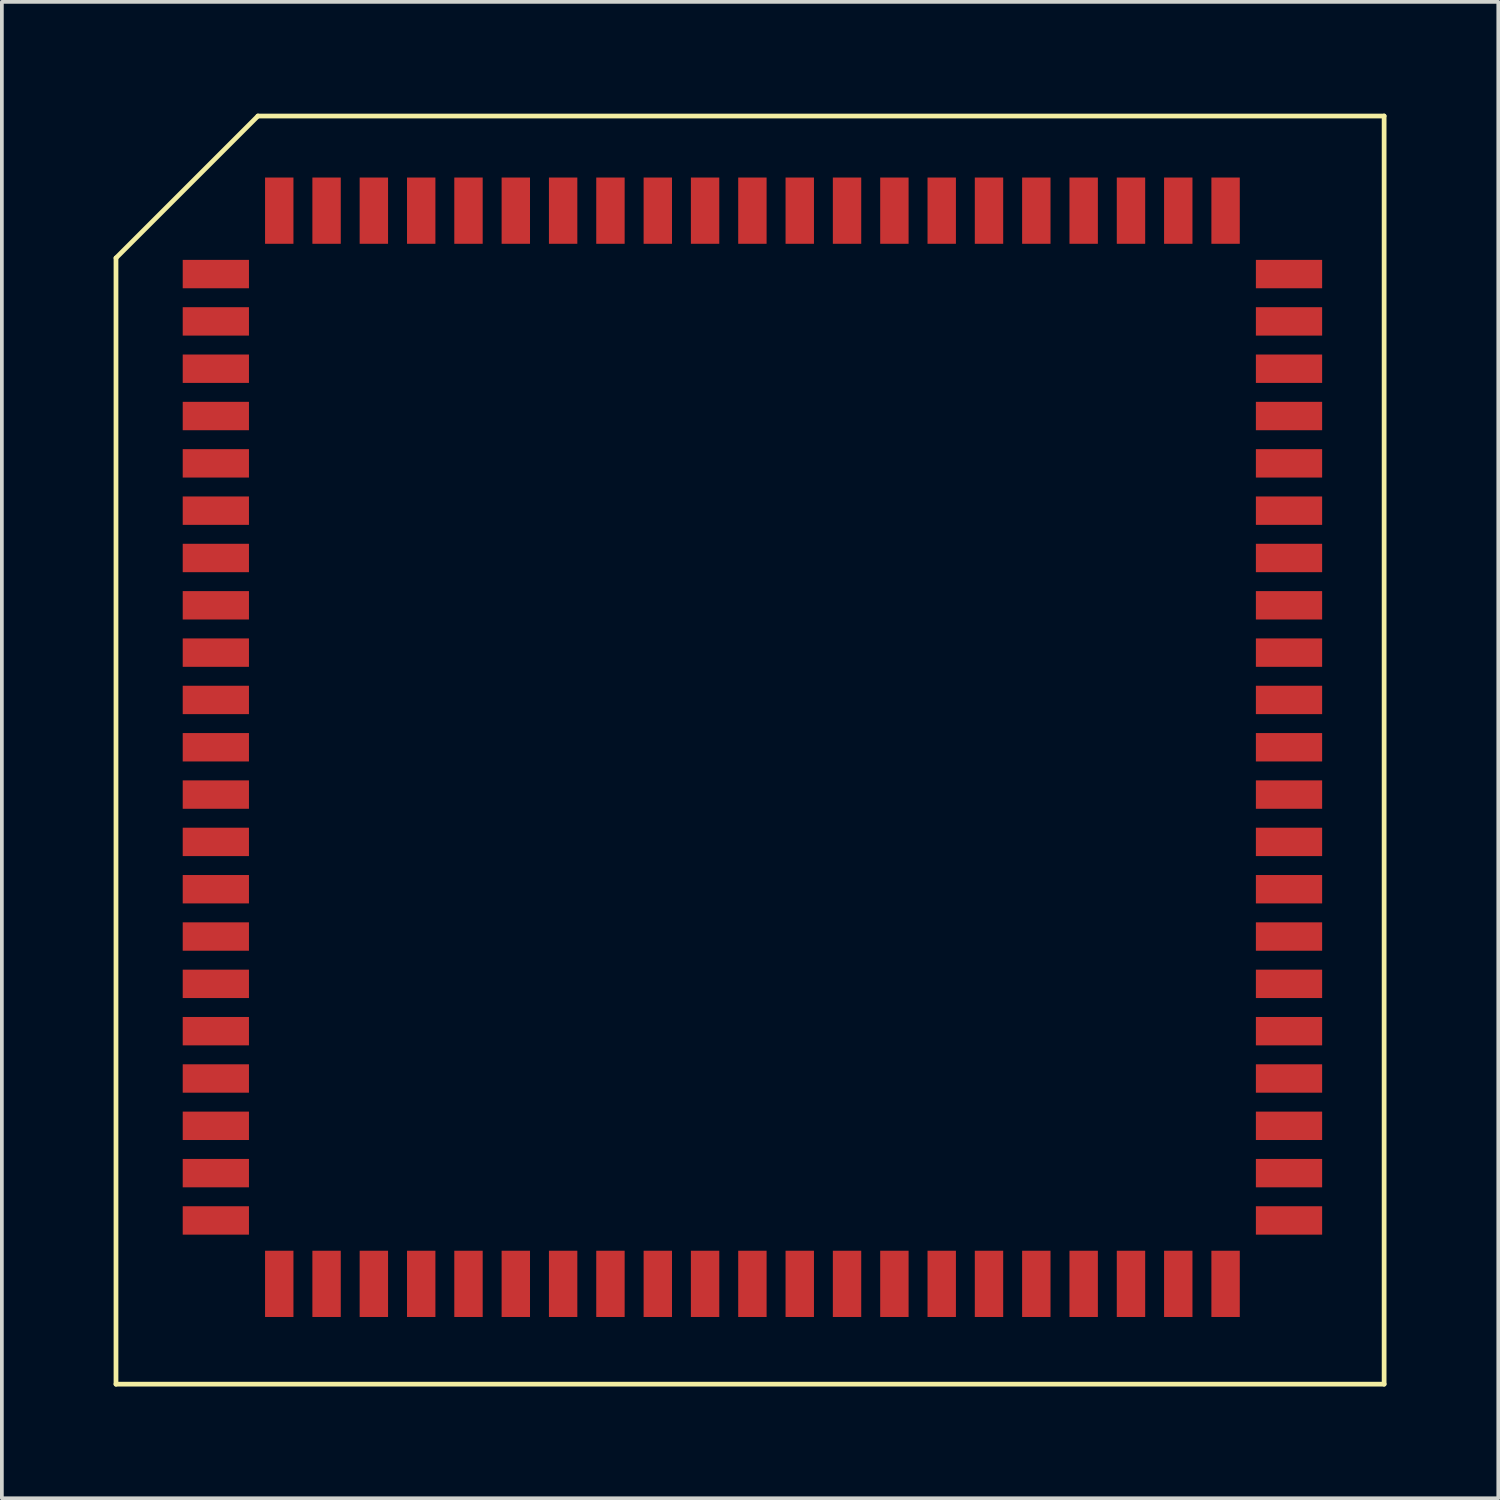
<source format=kicad_pcb>
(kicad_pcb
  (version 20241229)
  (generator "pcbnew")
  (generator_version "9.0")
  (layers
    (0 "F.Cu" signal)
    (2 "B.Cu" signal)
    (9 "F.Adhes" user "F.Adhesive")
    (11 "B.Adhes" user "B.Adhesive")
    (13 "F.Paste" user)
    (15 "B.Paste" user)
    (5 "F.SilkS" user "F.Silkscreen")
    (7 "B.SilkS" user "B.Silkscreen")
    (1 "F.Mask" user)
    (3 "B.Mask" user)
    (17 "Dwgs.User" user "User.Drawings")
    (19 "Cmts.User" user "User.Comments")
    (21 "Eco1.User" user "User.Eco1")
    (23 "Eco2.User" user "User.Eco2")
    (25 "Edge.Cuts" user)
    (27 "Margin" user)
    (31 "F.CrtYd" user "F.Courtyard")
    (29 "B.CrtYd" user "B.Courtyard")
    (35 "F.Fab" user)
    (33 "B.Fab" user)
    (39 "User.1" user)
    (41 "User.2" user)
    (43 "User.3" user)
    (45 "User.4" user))
  (footprint "tt"
    (layer "F.Cu")
    (at 14.287 10.986)
    (property "Reference" "tt" (at 0 0 0) (layer "Cmts.User") (effects (font (size 0.001 0.001) (thickness 0.000001))))
    (attr through_hole)
    (fp_line (start -14.224 -7.112) (end -10.414 -10.922) (stroke (width 0.127) (type solid)) (layer "F.SilkS"))
    (fp_line (start -14.224 23.114) (end -14.224 -7.112) (stroke (width 0.127) (type solid)) (layer "F.SilkS"))
    (fp_line (start -10.414 -10.922) (end 19.812 -10.922) (stroke (width 0.127) (type solid)) (layer "F.SilkS"))
    (fp_line (start 19.812 -10.922) (end 19.812 23.114) (stroke (width 0.127) (type solid)) (layer "F.SilkS"))
    (fp_line (start 19.812 23.114) (end -14.224 23.114) (stroke (width 0.127) (type solid)) (layer "F.SilkS"))
    (fp_line (start -10.097 -9.144) (end -10.097 -7.62) (stroke (width 0.127) (type solid)) (layer "F.Paste"))
    (fp_line (start -10.097 -7.62) (end -9.588 -7.62) (stroke (width 0.127) (type solid)) (layer "F.Paste"))
    (fp_line (start -10.097 19.66) (end -10.097 21.184) (stroke (width 0.127) (type solid)) (layer "F.Paste"))
    (fp_line (start -10.097 21.184) (end -9.588 21.184) (stroke (width 0.127) (type solid)) (layer "F.Paste"))
    (fp_line (start -9.588 -9.144) (end -10.097 -9.144) (stroke (width 0.127) (type solid)) (layer "F.Paste"))
    (fp_line (start -9.588 -7.62) (end -9.588 -9.144) (stroke (width 0.127) (type solid)) (layer "F.Paste"))
    (fp_line (start -9.588 19.66) (end -10.097 19.66) (stroke (width 0.127) (type solid)) (layer "F.Paste"))
    (fp_line (start -9.588 21.184) (end -9.588 19.66) (stroke (width 0.127) (type solid)) (layer "F.Paste"))
    (fp_line (start -8.826 -9.144) (end -8.826 -7.62) (stroke (width 0.127) (type solid)) (layer "F.Paste"))
    (fp_line (start -8.826 -7.62) (end -8.319 -7.62) (stroke (width 0.127) (type solid)) (layer "F.Paste"))
    (fp_line (start -8.826 19.66) (end -8.826 21.184) (stroke (width 0.127) (type solid)) (layer "F.Paste"))
    (fp_line (start -8.826 21.184) (end -8.319 21.184) (stroke (width 0.127) (type solid)) (layer "F.Paste"))
    (fp_line (start -8.319 -9.144) (end -8.826 -9.144) (stroke (width 0.127) (type solid)) (layer "F.Paste"))
    (fp_line (start -8.319 -7.62) (end -8.319 -9.144) (stroke (width 0.127) (type solid)) (layer "F.Paste"))
    (fp_line (start -8.319 19.66) (end -8.826 19.66) (stroke (width 0.127) (type solid)) (layer "F.Paste"))
    (fp_line (start -8.319 21.184) (end -8.319 19.66) (stroke (width 0.127) (type solid)) (layer "F.Paste"))
    (fp_line (start -7.556 -9.144) (end -7.556 -7.62) (stroke (width 0.127) (type solid)) (layer "F.Paste"))
    (fp_line (start -7.556 -7.62) (end -7.048 -7.62) (stroke (width 0.127) (type solid)) (layer "F.Paste"))
    (fp_line (start -7.556 19.66) (end -7.556 21.184) (stroke (width 0.127) (type solid)) (layer "F.Paste"))
    (fp_line (start -7.556 21.184) (end -7.048 21.184) (stroke (width 0.127) (type solid)) (layer "F.Paste"))
    (fp_line (start -7.048 -9.144) (end -7.556 -9.144) (stroke (width 0.127) (type solid)) (layer "F.Paste"))
    (fp_line (start -7.048 -7.62) (end -7.048 -9.144) (stroke (width 0.127) (type solid)) (layer "F.Paste"))
    (fp_line (start -7.048 19.66) (end -7.556 19.66) (stroke (width 0.127) (type solid)) (layer "F.Paste"))
    (fp_line (start -7.048 21.184) (end -7.048 19.66) (stroke (width 0.127) (type solid)) (layer "F.Paste"))
    (fp_line (start -6.287 -9.144) (end -6.287 -7.62) (stroke (width 0.127) (type solid)) (layer "F.Paste"))
    (fp_line (start -6.287 -7.62) (end -5.779 -7.62) (stroke (width 0.127) (type solid)) (layer "F.Paste"))
    (fp_line (start -6.287 19.66) (end -6.287 21.184) (stroke (width 0.127) (type solid)) (layer "F.Paste"))
    (fp_line (start -6.287 21.184) (end -5.779 21.184) (stroke (width 0.127) (type solid)) (layer "F.Paste"))
    (fp_line (start -5.779 -9.144) (end -6.287 -9.144) (stroke (width 0.127) (type solid)) (layer "F.Paste"))
    (fp_line (start -5.779 -7.62) (end -5.779 -9.144) (stroke (width 0.127) (type solid)) (layer "F.Paste"))
    (fp_line (start -5.779 19.66) (end -6.287 19.66) (stroke (width 0.127) (type solid)) (layer "F.Paste"))
    (fp_line (start -5.779 21.184) (end -5.779 19.66) (stroke (width 0.127) (type solid)) (layer "F.Paste"))
    (fp_line (start -5.016 -9.144) (end -5.016 -7.62) (stroke (width 0.127) (type solid)) (layer "F.Paste"))
    (fp_line (start -5.016 -7.62) (end -4.508 -7.62) (stroke (width 0.127) (type solid)) (layer "F.Paste"))
    (fp_line (start -5.016 19.66) (end -5.016 21.184) (stroke (width 0.127) (type solid)) (layer "F.Paste"))
    (fp_line (start -5.016 21.184) (end -4.508 21.184) (stroke (width 0.127) (type solid)) (layer "F.Paste"))
    (fp_line (start -4.508 -9.144) (end -5.016 -9.144) (stroke (width 0.127) (type solid)) (layer "F.Paste"))
    (fp_line (start -4.508 -7.62) (end -4.508 -9.144) (stroke (width 0.127) (type solid)) (layer "F.Paste"))
    (fp_line (start -4.508 19.66) (end -5.016 19.66) (stroke (width 0.127) (type solid)) (layer "F.Paste"))
    (fp_line (start -4.508 21.184) (end -4.508 19.66) (stroke (width 0.127) (type solid)) (layer "F.Paste"))
    (fp_line (start -3.747 -9.144) (end -3.747 -7.62) (stroke (width 0.127) (type solid)) (layer "F.Paste"))
    (fp_line (start -3.747 -7.62) (end -3.239 -7.62) (stroke (width 0.127) (type solid)) (layer "F.Paste"))
    (fp_line (start -3.747 19.66) (end -3.747 21.184) (stroke (width 0.127) (type solid)) (layer "F.Paste"))
    (fp_line (start -3.747 21.184) (end -3.239 21.184) (stroke (width 0.127) (type solid)) (layer "F.Paste"))
    (fp_line (start -3.239 -9.144) (end -3.747 -9.144) (stroke (width 0.127) (type solid)) (layer "F.Paste"))
    (fp_line (start -3.239 -7.62) (end -3.239 -9.144) (stroke (width 0.127) (type solid)) (layer "F.Paste"))
    (fp_line (start -3.239 19.66) (end -3.747 19.66) (stroke (width 0.127) (type solid)) (layer "F.Paste"))
    (fp_line (start -3.239 21.184) (end -3.239 19.66) (stroke (width 0.127) (type solid)) (layer "F.Paste"))
    (fp_line (start -2.477 -9.144) (end -2.477 -7.62) (stroke (width 0.127) (type solid)) (layer "F.Paste"))
    (fp_line (start -2.477 -7.62) (end -1.968 -7.62) (stroke (width 0.127) (type solid)) (layer "F.Paste"))
    (fp_line (start -2.477 19.66) (end -2.477 21.184) (stroke (width 0.127) (type solid)) (layer "F.Paste"))
    (fp_line (start -2.477 21.184) (end -1.968 21.184) (stroke (width 0.127) (type solid)) (layer "F.Paste"))
    (fp_line (start -1.968 -9.144) (end -2.477 -9.144) (stroke (width 0.127) (type solid)) (layer "F.Paste"))
    (fp_line (start -1.968 -7.62) (end -1.968 -9.144) (stroke (width 0.127) (type solid)) (layer "F.Paste"))
    (fp_line (start -1.968 19.66) (end -2.477 19.66) (stroke (width 0.127) (type solid)) (layer "F.Paste"))
    (fp_line (start -1.968 21.184) (end -1.968 19.66) (stroke (width 0.127) (type solid)) (layer "F.Paste"))
    (fp_line (start -1.206 -9.144) (end -1.206 -7.62) (stroke (width 0.127) (type solid)) (layer "F.Paste"))
    (fp_line (start -1.206 -7.62) (end -0.699 -7.62) (stroke (width 0.127) (type solid)) (layer "F.Paste"))
    (fp_line (start -1.206 19.66) (end -1.206 21.184) (stroke (width 0.127) (type solid)) (layer "F.Paste"))
    (fp_line (start -1.206 21.184) (end -0.699 21.184) (stroke (width 0.127) (type solid)) (layer "F.Paste"))
    (fp_line (start -0.699 -9.144) (end -1.206 -9.144) (stroke (width 0.127) (type solid)) (layer "F.Paste"))
    (fp_line (start -0.699 -7.62) (end -0.699 -9.144) (stroke (width 0.127) (type solid)) (layer "F.Paste"))
    (fp_line (start -0.699 19.66) (end -1.206 19.66) (stroke (width 0.127) (type solid)) (layer "F.Paste"))
    (fp_line (start -0.699 21.184) (end -0.699 19.66) (stroke (width 0.127) (type solid)) (layer "F.Paste"))
    (fp_line (start 0.064 -9.144) (end 0.064 -7.62) (stroke (width 0.127) (type solid)) (layer "F.Paste"))
    (fp_line (start 0.064 -7.62) (end 0.572 -7.62) (stroke (width 0.127) (type solid)) (layer "F.Paste"))
    (fp_line (start 0.064 19.66) (end 0.064 21.184) (stroke (width 0.127) (type solid)) (layer "F.Paste"))
    (fp_line (start 0.064 21.184) (end 0.572 21.184) (stroke (width 0.127) (type solid)) (layer "F.Paste"))
    (fp_line (start 0.572 -9.144) (end 0.064 -9.144) (stroke (width 0.127) (type solid)) (layer "F.Paste"))
    (fp_line (start 0.572 -7.62) (end 0.572 -9.144) (stroke (width 0.127) (type solid)) (layer "F.Paste"))
    (fp_line (start 0.572 19.66) (end 0.064 19.66) (stroke (width 0.127) (type solid)) (layer "F.Paste"))
    (fp_line (start 0.572 21.184) (end 0.572 19.66) (stroke (width 0.127) (type solid)) (layer "F.Paste"))
    (fp_line (start 1.333 -9.144) (end 1.333 -7.62) (stroke (width 0.127) (type solid)) (layer "F.Paste"))
    (fp_line (start 1.333 -7.62) (end 1.841 -7.62) (stroke (width 0.127) (type solid)) (layer "F.Paste"))
    (fp_line (start 1.333 19.66) (end 1.333 21.184) (stroke (width 0.127) (type solid)) (layer "F.Paste"))
    (fp_line (start 1.333 21.184) (end 1.841 21.184) (stroke (width 0.127) (type solid)) (layer "F.Paste"))
    (fp_line (start 1.841 -9.144) (end 1.333 -9.144) (stroke (width 0.127) (type solid)) (layer "F.Paste"))
    (fp_line (start 1.841 -7.62) (end 1.841 -9.144) (stroke (width 0.127) (type solid)) (layer "F.Paste"))
    (fp_line (start 1.841 19.66) (end 1.333 19.66) (stroke (width 0.127) (type solid)) (layer "F.Paste"))
    (fp_line (start 1.841 21.184) (end 1.841 19.66) (stroke (width 0.127) (type solid)) (layer "F.Paste"))
    (fp_line (start 2.603 -9.144) (end 2.603 -7.62) (stroke (width 0.127) (type solid)) (layer "F.Paste"))
    (fp_line (start 2.603 -7.62) (end 3.111 -7.62) (stroke (width 0.127) (type solid)) (layer "F.Paste"))
    (fp_line (start 2.603 19.66) (end 2.603 21.184) (stroke (width 0.127) (type solid)) (layer "F.Paste"))
    (fp_line (start 2.603 21.184) (end 3.111 21.184) (stroke (width 0.127) (type solid)) (layer "F.Paste"))
    (fp_line (start 3.111 -9.144) (end 2.603 -9.144) (stroke (width 0.127) (type solid)) (layer "F.Paste"))
    (fp_line (start 3.111 -7.62) (end 3.111 -9.144) (stroke (width 0.127) (type solid)) (layer "F.Paste"))
    (fp_line (start 3.111 19.66) (end 2.603 19.66) (stroke (width 0.127) (type solid)) (layer "F.Paste"))
    (fp_line (start 3.111 21.184) (end 3.111 19.66) (stroke (width 0.127) (type solid)) (layer "F.Paste"))
    (fp_line (start 3.873 -9.144) (end 3.873 -7.62) (stroke (width 0.127) (type solid)) (layer "F.Paste"))
    (fp_line (start 3.873 -7.62) (end 4.381 -7.62) (stroke (width 0.127) (type solid)) (layer "F.Paste"))
    (fp_line (start 3.873 19.66) (end 3.873 21.184) (stroke (width 0.127) (type solid)) (layer "F.Paste"))
    (fp_line (start 3.873 21.184) (end 4.381 21.184) (stroke (width 0.127) (type solid)) (layer "F.Paste"))
    (fp_line (start 4.381 -9.144) (end 3.873 -9.144) (stroke (width 0.127) (type solid)) (layer "F.Paste"))
    (fp_line (start 4.381 -7.62) (end 4.381 -9.144) (stroke (width 0.127) (type solid)) (layer "F.Paste"))
    (fp_line (start 4.381 19.66) (end 3.873 19.66) (stroke (width 0.127) (type solid)) (layer "F.Paste"))
    (fp_line (start 4.381 21.184) (end 4.381 19.66) (stroke (width 0.127) (type solid)) (layer "F.Paste"))
    (fp_line (start 5.144 -9.144) (end 5.144 -7.62) (stroke (width 0.127) (type solid)) (layer "F.Paste"))
    (fp_line (start 5.144 -7.62) (end 5.652 -7.62) (stroke (width 0.127) (type solid)) (layer "F.Paste"))
    (fp_line (start 5.144 19.66) (end 5.144 21.184) (stroke (width 0.127) (type solid)) (layer "F.Paste"))
    (fp_line (start 5.144 21.184) (end 5.652 21.184) (stroke (width 0.127) (type solid)) (layer "F.Paste"))
    (fp_line (start 5.652 -9.144) (end 5.144 -9.144) (stroke (width 0.127) (type solid)) (layer "F.Paste"))
    (fp_line (start 5.652 -7.62) (end 5.652 -9.144) (stroke (width 0.127) (type solid)) (layer "F.Paste"))
    (fp_line (start 5.652 19.66) (end 5.144 19.66) (stroke (width 0.127) (type solid)) (layer "F.Paste"))
    (fp_line (start 5.652 21.184) (end 5.652 19.66) (stroke (width 0.127) (type solid)) (layer "F.Paste"))
    (fp_line (start 6.413 -9.144) (end 6.413 -7.62) (stroke (width 0.127) (type solid)) (layer "F.Paste"))
    (fp_line (start 6.413 -7.62) (end 6.921 -7.62) (stroke (width 0.127) (type solid)) (layer "F.Paste"))
    (fp_line (start 6.413 19.66) (end 6.413 21.184) (stroke (width 0.127) (type solid)) (layer "F.Paste"))
    (fp_line (start 6.413 21.184) (end 6.921 21.184) (stroke (width 0.127) (type solid)) (layer "F.Paste"))
    (fp_line (start 6.921 -9.144) (end 6.413 -9.144) (stroke (width 0.127) (type solid)) (layer "F.Paste"))
    (fp_line (start 6.921 -7.62) (end 6.921 -9.144) (stroke (width 0.127) (type solid)) (layer "F.Paste"))
    (fp_line (start 6.921 19.66) (end 6.413 19.66) (stroke (width 0.127) (type solid)) (layer "F.Paste"))
    (fp_line (start 6.921 21.184) (end 6.921 19.66) (stroke (width 0.127) (type solid)) (layer "F.Paste"))
    (fp_line (start 7.684 -9.144) (end 7.684 -7.62) (stroke (width 0.127) (type solid)) (layer "F.Paste"))
    (fp_line (start 7.684 -7.62) (end 8.191 -7.62) (stroke (width 0.127) (type solid)) (layer "F.Paste"))
    (fp_line (start 7.684 19.66) (end 7.684 21.184) (stroke (width 0.127) (type solid)) (layer "F.Paste"))
    (fp_line (start 7.684 21.184) (end 8.191 21.184) (stroke (width 0.127) (type solid)) (layer "F.Paste"))
    (fp_line (start 8.191 -9.144) (end 7.684 -9.144) (stroke (width 0.127) (type solid)) (layer "F.Paste"))
    (fp_line (start 8.191 -7.62) (end 8.191 -9.144) (stroke (width 0.127) (type solid)) (layer "F.Paste"))
    (fp_line (start 8.191 19.66) (end 7.684 19.66) (stroke (width 0.127) (type solid)) (layer "F.Paste"))
    (fp_line (start 8.191 21.184) (end 8.191 19.66) (stroke (width 0.127) (type solid)) (layer "F.Paste"))
    (fp_line (start 8.954 -9.144) (end 8.954 -7.62) (stroke (width 0.127) (type solid)) (layer "F.Paste"))
    (fp_line (start 8.954 -7.62) (end 9.459 -7.62) (stroke (width 0.127) (type solid)) (layer "F.Paste"))
    (fp_line (start 8.954 19.66) (end 8.954 21.184) (stroke (width 0.127) (type solid)) (layer "F.Paste"))
    (fp_line (start 8.954 21.184) (end 9.459 21.184) (stroke (width 0.127) (type solid)) (layer "F.Paste"))
    (fp_line (start 9.459 -9.144) (end 8.954 -9.144) (stroke (width 0.127) (type solid)) (layer "F.Paste"))
    (fp_line (start 9.459 -7.62) (end 9.459 -9.144) (stroke (width 0.127) (type solid)) (layer "F.Paste"))
    (fp_line (start 9.459 19.66) (end 8.954 19.66) (stroke (width 0.127) (type solid)) (layer "F.Paste"))
    (fp_line (start 9.459 21.184) (end 9.459 19.66) (stroke (width 0.127) (type solid)) (layer "F.Paste"))
    (fp_line (start 10.223 -9.144) (end 10.223 -7.62) (stroke (width 0.127) (type solid)) (layer "F.Paste"))
    (fp_line (start 10.223 -7.62) (end 10.732 -7.62) (stroke (width 0.127) (type solid)) (layer "F.Paste"))
    (fp_line (start 10.223 19.66) (end 10.223 21.184) (stroke (width 0.127) (type solid)) (layer "F.Paste"))
    (fp_line (start 10.223 21.184) (end 10.732 21.184) (stroke (width 0.127) (type solid)) (layer "F.Paste"))
    (fp_line (start 10.732 -9.144) (end 10.223 -9.144) (stroke (width 0.127) (type solid)) (layer "F.Paste"))
    (fp_line (start 10.732 -7.62) (end 10.732 -9.144) (stroke (width 0.127) (type solid)) (layer "F.Paste"))
    (fp_line (start 10.732 19.66) (end 10.223 19.66) (stroke (width 0.127) (type solid)) (layer "F.Paste"))
    (fp_line (start 10.732 21.184) (end 10.732 19.66) (stroke (width 0.127) (type solid)) (layer "F.Paste"))
    (fp_line (start 11.493 -9.144) (end 11.493 -7.62) (stroke (width 0.127) (type solid)) (layer "F.Paste"))
    (fp_line (start 11.493 -7.62) (end 12.002 -7.62) (stroke (width 0.127) (type solid)) (layer "F.Paste"))
    (fp_line (start 11.493 19.66) (end 11.493 21.184) (stroke (width 0.127) (type solid)) (layer "F.Paste"))
    (fp_line (start 11.493 21.184) (end 12.002 21.184) (stroke (width 0.127) (type solid)) (layer "F.Paste"))
    (fp_line (start 12.002 -9.144) (end 11.493 -9.144) (stroke (width 0.127) (type solid)) (layer "F.Paste"))
    (fp_line (start 12.002 -7.62) (end 12.002 -9.144) (stroke (width 0.127) (type solid)) (layer "F.Paste"))
    (fp_line (start 12.002 19.66) (end 11.493 19.66) (stroke (width 0.127) (type solid)) (layer "F.Paste"))
    (fp_line (start 12.002 21.184) (end 12.002 19.66) (stroke (width 0.127) (type solid)) (layer "F.Paste"))
    (fp_line (start 12.764 -9.144) (end 12.764 -7.62) (stroke (width 0.127) (type solid)) (layer "F.Paste"))
    (fp_line (start 12.764 -7.62) (end 13.271 -7.62) (stroke (width 0.127) (type solid)) (layer "F.Paste"))
    (fp_line (start 12.764 19.66) (end 12.764 21.184) (stroke (width 0.127) (type solid)) (layer "F.Paste"))
    (fp_line (start 12.764 21.184) (end 13.271 21.184) (stroke (width 0.127) (type solid)) (layer "F.Paste"))
    (fp_line (start 13.271 -9.144) (end 12.764 -9.144) (stroke (width 0.127) (type solid)) (layer "F.Paste"))
    (fp_line (start 13.271 -7.62) (end 13.271 -9.144) (stroke (width 0.127) (type solid)) (layer "F.Paste"))
    (fp_line (start 13.271 19.66) (end 12.764 19.66) (stroke (width 0.127) (type solid)) (layer "F.Paste"))
    (fp_line (start 13.271 21.184) (end 13.271 19.66) (stroke (width 0.127) (type solid)) (layer "F.Paste"))
    (fp_line (start 14.034 -9.144) (end 14.034 -7.62) (stroke (width 0.127) (type solid)) (layer "F.Paste"))
    (fp_line (start 14.034 -7.62) (end 14.541 -7.62) (stroke (width 0.127) (type solid)) (layer "F.Paste"))
    (fp_line (start 14.034 19.66) (end 14.034 21.184) (stroke (width 0.127) (type solid)) (layer "F.Paste"))
    (fp_line (start 14.034 21.184) (end 14.541 21.184) (stroke (width 0.127) (type solid)) (layer "F.Paste"))
    (fp_line (start 14.541 -9.144) (end 14.034 -9.144) (stroke (width 0.127) (type solid)) (layer "F.Paste"))
    (fp_line (start 14.541 -7.62) (end 14.541 -9.144) (stroke (width 0.127) (type solid)) (layer "F.Paste"))
    (fp_line (start 14.541 19.66) (end 14.034 19.66) (stroke (width 0.127) (type solid)) (layer "F.Paste"))
    (fp_line (start 14.541 21.184) (end 14.541 19.66) (stroke (width 0.127) (type solid)) (layer "F.Paste"))
    (fp_line (start 15.303 -9.144) (end 15.303 -7.62) (stroke (width 0.127) (type solid)) (layer "F.Paste"))
    (fp_line (start 15.303 -7.62) (end 15.812 -7.62) (stroke (width 0.127) (type solid)) (layer "F.Paste"))
    (fp_line (start 15.303 19.66) (end 15.303 21.184) (stroke (width 0.127) (type solid)) (layer "F.Paste"))
    (fp_line (start 15.303 21.184) (end 15.812 21.184) (stroke (width 0.127) (type solid)) (layer "F.Paste"))
    (fp_line (start 15.812 -9.144) (end 15.303 -9.144) (stroke (width 0.127) (type solid)) (layer "F.Paste"))
    (fp_line (start 15.812 -7.62) (end 15.812 -9.144) (stroke (width 0.127) (type solid)) (layer "F.Paste"))
    (fp_line (start 15.812 19.66) (end 15.303 19.66) (stroke (width 0.127) (type solid)) (layer "F.Paste"))
    (fp_line (start 15.812 21.184) (end 15.812 19.66) (stroke (width 0.127) (type solid)) (layer "F.Paste"))
    (fp_text user ">name" (at 2.54 -5.08 0) (layer "Eco1.User") (effects (font (size 1.27 1.27) (thickness 0.102))))
    (fp_text user ">value" (at 5.08 17.78 0) (layer "Eco1.User") (effects (font (size 1.27 1.27) (thickness 0.102))))
    (pad "P$1" smd rect (at -11.544 6.02 90) (size 0.762 1.778) (layers "F.Cu" "F.Mask" "F.Paste"))
    (pad "P$2" smd rect (at -11.544 7.29 90) (size 0.762 1.778) (layers "F.Cu" "F.Mask" "F.Paste"))
    (pad "P$3" smd rect (at -11.544 8.56 90) (size 0.762 1.778) (layers "F.Cu" "F.Mask" "F.Paste"))
    (pad "P$4" smd rect (at -11.544 9.83 90) (size 0.762 1.778) (layers "F.Cu" "F.Mask" "F.Paste"))
    (pad "P$5" smd rect (at -11.544 11.1 90) (size 0.762 1.778) (layers "F.Cu" "F.Mask" "F.Paste"))
    (pad "P$6" smd rect (at -11.544 12.37 90) (size 0.762 1.778) (layers "F.Cu" "F.Mask" "F.Paste"))
    (pad "P$7" smd rect (at -11.544 13.64 90) (size 0.762 1.778) (layers "F.Cu" "F.Mask" "F.Paste"))
    (pad "P$8" smd rect (at -11.544 14.91 90) (size 0.762 1.778) (layers "F.Cu" "F.Mask" "F.Paste"))
    (pad "P$9" smd rect (at -11.544 16.18 90) (size 0.762 1.778) (layers "F.Cu" "F.Mask" "F.Paste"))
    (pad "P$10" smd rect (at -11.544 17.45 90) (size 0.762 1.778) (layers "F.Cu" "F.Mask" "F.Paste"))
    (pad "P$11" smd rect (at -11.544 18.72 90) (size 0.762 1.778) (layers "F.Cu" "F.Mask" "F.Paste"))
    (pad "P$12" smd rect (at -9.842 20.422 180) (size 0.762 1.778) (layers "F.Cu" "F.Mask" "F.Paste"))
    (pad "P$13" smd rect (at -8.572 20.422 180) (size 0.762 1.778) (layers "F.Cu" "F.Mask" "F.Paste"))
    (pad "P$14" smd rect (at -7.303 20.422 180) (size 0.762 1.778) (layers "F.Cu" "F.Mask" "F.Paste"))
    (pad "P$15" smd rect (at -6.032 20.422 180) (size 0.762 1.778) (layers "F.Cu" "F.Mask" "F.Paste"))
    (pad "P$16" smd rect (at -4.763 20.422 180) (size 0.762 1.778) (layers "F.Cu" "F.Mask" "F.Paste"))
    (pad "P$17" smd rect (at -3.493 20.422 180) (size 0.762 1.778) (layers "F.Cu" "F.Mask" "F.Paste"))
    (pad "P$18" smd rect (at -2.223 20.422 180) (size 0.762 1.778) (layers "F.Cu" "F.Mask" "F.Paste"))
    (pad "P$19" smd rect (at -0.953 20.422 180) (size 0.762 1.778) (layers "F.Cu" "F.Mask" "F.Paste"))
    (pad "P$20" smd rect (at 0.318 20.422 180) (size 0.762 1.778) (layers "F.Cu" "F.Mask" "F.Paste"))
    (pad "P$21" smd rect (at 1.587 20.422 180) (size 0.762 1.778) (layers "F.Cu" "F.Mask" "F.Paste"))
    (pad "P$22" smd rect (at 2.857 20.422 180) (size 0.762 1.778) (layers "F.Cu" "F.Mask" "F.Paste"))
    (pad "P$23" smd rect (at 4.128 20.422 180) (size 0.762 1.778) (layers "F.Cu" "F.Mask" "F.Paste"))
    (pad "P$24" smd rect (at 5.397 20.422 180) (size 0.762 1.778) (layers "F.Cu" "F.Mask" "F.Paste"))
    (pad "P$25" smd rect (at 6.668 20.422 180) (size 0.762 1.778) (layers "F.Cu" "F.Mask" "F.Paste"))
    (pad "P$26" smd rect (at 7.938 20.422 180) (size 0.762 1.778) (layers "F.Cu" "F.Mask" "F.Paste"))
    (pad "P$27" smd rect (at 9.207 20.422 180) (size 0.762 1.778) (layers "F.Cu" "F.Mask" "F.Paste"))
    (pad "P$28" smd rect (at 10.477 20.422 180) (size 0.762 1.778) (layers "F.Cu" "F.Mask" "F.Paste"))
    (pad "P$29" smd rect (at 11.748 20.422 180) (size 0.762 1.778) (layers "F.Cu" "F.Mask" "F.Paste"))
    (pad "P$30" smd rect (at 13.018 20.422 180) (size 0.762 1.778) (layers "F.Cu" "F.Mask" "F.Paste"))
    (pad "P$31" smd rect (at 14.287 20.422 180) (size 0.762 1.778) (layers "F.Cu" "F.Mask" "F.Paste"))
    (pad "P$32" smd rect (at 15.557 20.422 180) (size 0.762 1.778) (layers "F.Cu" "F.Mask" "F.Paste"))
    (pad "P$33" smd rect (at 17.259 18.72 90) (size 0.762 1.778) (layers "F.Cu" "F.Mask" "F.Paste"))
    (pad "P$34" smd rect (at 17.259 17.45 90) (size 0.762 1.778) (layers "F.Cu" "F.Mask" "F.Paste"))
    (pad "P$35" smd rect (at 17.259 16.18 90) (size 0.762 1.778) (layers "F.Cu" "F.Mask" "F.Paste"))
    (pad "P$36" smd rect (at 17.259 14.91 90) (size 0.762 1.778) (layers "F.Cu" "F.Mask" "F.Paste"))
    (pad "P$37" smd rect (at 17.259 13.64 90) (size 0.762 1.778) (layers "F.Cu" "F.Mask" "F.Paste"))
    (pad "P$38" smd rect (at 17.259 12.37 90) (size 0.762 1.778) (layers "F.Cu" "F.Mask" "F.Paste"))
    (pad "P$39" smd rect (at 17.259 11.1 90) (size 0.762 1.778) (layers "F.Cu" "F.Mask" "F.Paste"))
    (pad "P$40" smd rect (at 17.259 9.83 90) (size 0.762 1.778) (layers "F.Cu" "F.Mask" "F.Paste"))
    (pad "P$41" smd rect (at 17.259 8.56 90) (size 0.762 1.778) (layers "F.Cu" "F.Mask" "F.Paste"))
    (pad "P$42" smd rect (at 17.259 7.29 90) (size 0.762 1.778) (layers "F.Cu" "F.Mask" "F.Paste"))
    (pad "P$43" smd rect (at 17.259 6.02 90) (size 0.762 1.778) (layers "F.Cu" "F.Mask" "F.Paste"))
    (pad "P$44" smd rect (at 17.259 4.75 90) (size 0.762 1.778) (layers "F.Cu" "F.Mask" "F.Paste"))
    (pad "P$45" smd rect (at 17.259 3.48 90) (size 0.762 1.778) (layers "F.Cu" "F.Mask" "F.Paste"))
    (pad "P$46" smd rect (at 17.259 2.21 90) (size 0.762 1.778) (layers "F.Cu" "F.Mask" "F.Paste"))
    (pad "P$47" smd rect (at 17.259 0.94 90) (size 0.762 1.778) (layers "F.Cu" "F.Mask" "F.Paste"))
    (pad "P$48" smd rect (at 17.259 -0.33 90) (size 0.762 1.778) (layers "F.Cu" "F.Mask" "F.Paste"))
    (pad "P$49" smd rect (at 17.259 -1.6 90) (size 0.762 1.778) (layers "F.Cu" "F.Mask" "F.Paste"))
    (pad "P$50" smd rect (at 17.259 -2.87 90) (size 0.762 1.778) (layers "F.Cu" "F.Mask" "F.Paste"))
    (pad "P$51" smd rect (at 17.259 -4.14 90) (size 0.762 1.778) (layers "F.Cu" "F.Mask" "F.Paste"))
    (pad "P$52" smd rect (at 17.259 -5.41 90) (size 0.762 1.778) (layers "F.Cu" "F.Mask" "F.Paste"))
    (pad "P$53" smd rect (at 17.259 -6.68 90) (size 0.762 1.778) (layers "F.Cu" "F.Mask" "F.Paste"))
    (pad "P$54" smd rect (at 15.557 -8.382 180) (size 0.762 1.778) (layers "F.Cu" "F.Mask" "F.Paste"))
    (pad "P$55" smd rect (at 14.287 -8.382 180) (size 0.762 1.778) (layers "F.Cu" "F.Mask" "F.Paste"))
    (pad "P$56" smd rect (at 13.018 -8.382 180) (size 0.762 1.778) (layers "F.Cu" "F.Mask" "F.Paste"))
    (pad "P$57" smd rect (at 11.748 -8.382 180) (size 0.762 1.778) (layers "F.Cu" "F.Mask" "F.Paste"))
    (pad "P$58" smd rect (at 10.477 -8.382 180) (size 0.762 1.778) (layers "F.Cu" "F.Mask" "F.Paste"))
    (pad "P$59" smd rect (at 9.207 -8.382 180) (size 0.762 1.778) (layers "F.Cu" "F.Mask" "F.Paste"))
    (pad "P$60" smd rect (at 7.938 -8.382 180) (size 0.762 1.778) (layers "F.Cu" "F.Mask" "F.Paste"))
    (pad "P$61" smd rect (at 6.668 -8.382 180) (size 0.762 1.778) (layers "F.Cu" "F.Mask" "F.Paste"))
    (pad "P$62" smd rect (at 5.397 -8.382 180) (size 0.762 1.778) (layers "F.Cu" "F.Mask" "F.Paste"))
    (pad "P$63" smd rect (at 4.128 -8.382 180) (size 0.762 1.778) (layers "F.Cu" "F.Mask" "F.Paste"))
    (pad "P$64" smd rect (at 2.857 -8.382 180) (size 0.762 1.778) (layers "F.Cu" "F.Mask" "F.Paste"))
    (pad "P$65" smd rect (at 1.587 -8.382 180) (size 0.762 1.778) (layers "F.Cu" "F.Mask" "F.Paste"))
    (pad "P$66" smd rect (at 0.318 -8.382 180) (size 0.762 1.778) (layers "F.Cu" "F.Mask" "F.Paste"))
    (pad "P$67" smd rect (at -0.953 -8.382 180) (size 0.762 1.778) (layers "F.Cu" "F.Mask" "F.Paste"))
    (pad "P$68" smd rect (at -2.223 -8.382 180) (size 0.762 1.778) (layers "F.Cu" "F.Mask" "F.Paste"))
    (pad "P$69" smd rect (at -3.493 -8.382 180) (size 0.762 1.778) (layers "F.Cu" "F.Mask" "F.Paste"))
    (pad "P$70" smd rect (at -4.763 -8.382 180) (size 0.762 1.778) (layers "F.Cu" "F.Mask" "F.Paste"))
    (pad "P$71" smd rect (at -6.032 -8.382 180) (size 0.762 1.778) (layers "F.Cu" "F.Mask" "F.Paste"))
    (pad "P$72" smd rect (at -7.303 -8.382 180) (size 0.762 1.778) (layers "F.Cu" "F.Mask" "F.Paste"))
    (pad "P$73" smd rect (at -8.572 -8.382 180) (size 0.762 1.778) (layers "F.Cu" "F.Mask" "F.Paste"))
    (pad "P$74" smd rect (at -9.842 -8.382 180) (size 0.762 1.778) (layers "F.Cu" "F.Mask" "F.Paste"))
    (pad "P$75" smd rect (at -11.544 -6.68 90) (size 0.762 1.778) (layers "F.Cu" "F.Mask" "F.Paste"))
    (pad "P$76" smd rect (at -11.544 -5.41 90) (size 0.762 1.778) (layers "F.Cu" "F.Mask" "F.Paste"))
    (pad "P$77" smd rect (at -11.544 -4.14 90) (size 0.762 1.778) (layers "F.Cu" "F.Mask" "F.Paste"))
    (pad "P$78" smd rect (at -11.544 -2.87 90) (size 0.762 1.778) (layers "F.Cu" "F.Mask" "F.Paste"))
    (pad "P$79" smd rect (at -11.544 -1.6 90) (size 0.762 1.778) (layers "F.Cu" "F.Mask" "F.Paste"))
    (pad "P$80" smd rect (at -11.544 -0.33 90) (size 0.762 1.778) (layers "F.Cu" "F.Mask" "F.Paste"))
    (pad "P$81" smd rect (at -11.544 0.94 90) (size 0.762 1.778) (layers "F.Cu" "F.Mask" "F.Paste"))
    (pad "P$82" smd rect (at -11.544 2.21 90) (size 0.762 1.778) (layers "F.Cu" "F.Mask" "F.Paste"))
    (pad "P$83" smd rect (at -11.544 3.48 90) (size 0.762 1.778) (layers "F.Cu" "F.Mask" "F.Paste"))
    (pad "P$84" smd rect (at -11.544 4.75 90) (size 0.762 1.778) (layers "F.Cu" "F.Mask" "F.Paste")))
  (gr_rect
    (start -3 -3)
    (end 37.163 37.163)
    (stroke (width 0.1) (type default))
    (fill no)
    (layer "Edge.Cuts")))
</source>
